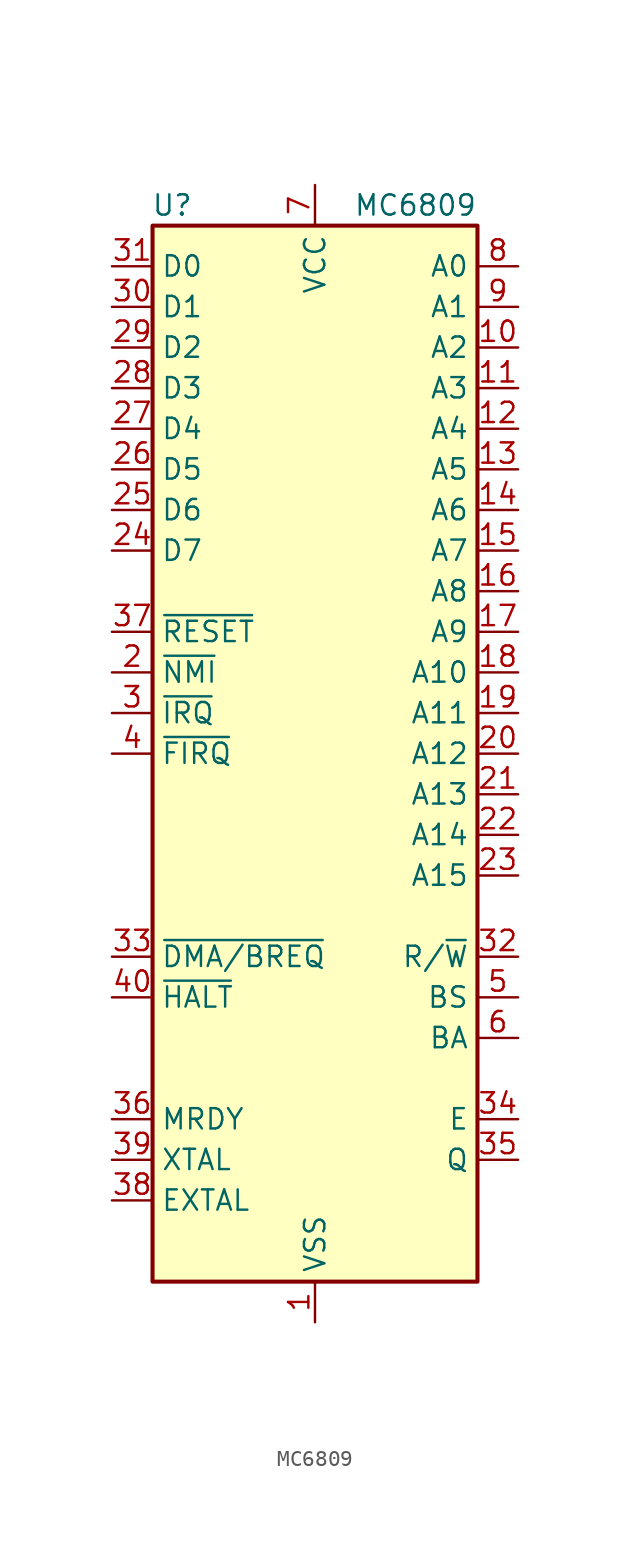
<source format=kicad_sym>
(kicad_symbol_lib
  (version 20201005)
  (generator kicad_symbol_editor)
  (symbol "CPU_NXP_6800:MC6809"
    (property "Reference" "U"
      (at -7.62 34.29 0)
      (effects (font (size 1.27 1.27)) (justify right)))
    (property "Value" "MC6809"
      (at 10.16 34.29 0)
      (effects (font (size 1.27 1.27)) (justify right)))
    (symbol "MC6809_0_1"
      (rectangle (start -10.16 -33.02) (end 10.16 33.02) (stroke (width 0.254)) (fill (type background))))
    (symbol "MC6809_1_1"
      (pin power_in line (at 0 -35.56 90) (length 2.54) (name "VSS" (effects (font (size 1.27 1.27)))) (number "1" (effects (font (size 1.27 1.27)))))
      (pin output line (at 12.7 25.4 180) (length 2.54) (name "A2" (effects (font (size 1.27 1.27)))) (number "10" (effects (font (size 1.27 1.27)))))
      (pin output line (at 12.7 22.86 180) (length 2.54) (name "A3" (effects (font (size 1.27 1.27)))) (number "11" (effects (font (size 1.27 1.27)))))
      (pin output line (at 12.7 20.32 180) (length 2.54) (name "A4" (effects (font (size 1.27 1.27)))) (number "12" (effects (font (size 1.27 1.27)))))
      (pin output line (at 12.7 17.78 180) (length 2.54) (name "A5" (effects (font (size 1.27 1.27)))) (number "13" (effects (font (size 1.27 1.27)))))
      (pin output line (at 12.7 15.24 180) (length 2.54) (name "A6" (effects (font (size 1.27 1.27)))) (number "14" (effects (font (size 1.27 1.27)))))
      (pin output line (at 12.7 12.7 180) (length 2.54) (name "A7" (effects (font (size 1.27 1.27)))) (number "15" (effects (font (size 1.27 1.27)))))
      (pin output line (at 12.7 10.16 180) (length 2.54) (name "A8" (effects (font (size 1.27 1.27)))) (number "16" (effects (font (size 1.27 1.27)))))
      (pin output line (at 12.7 7.62 180) (length 2.54) (name "A9" (effects (font (size 1.27 1.27)))) (number "17" (effects (font (size 1.27 1.27)))))
      (pin output line (at 12.7 5.08 180) (length 2.54) (name "A10" (effects (font (size 1.27 1.27)))) (number "18" (effects (font (size 1.27 1.27)))))
      (pin output line (at 12.7 2.54 180) (length 2.54) (name "A11" (effects (font (size 1.27 1.27)))) (number "19" (effects (font (size 1.27 1.27)))))
      (pin input line (at -12.7 5.08 0) (length 2.54) (name "~NMI" (effects (font (size 1.27 1.27)))) (number "2" (effects (font (size 1.27 1.27)))))
      (pin output line (at 12.7 0 180) (length 2.54) (name "A12" (effects (font (size 1.27 1.27)))) (number "20" (effects (font (size 1.27 1.27)))))
      (pin output line (at 12.7 -2.54 180) (length 2.54) (name "A13" (effects (font (size 1.27 1.27)))) (number "21" (effects (font (size 1.27 1.27)))))
      (pin output line (at 12.7 -5.08 180) (length 2.54) (name "A14" (effects (font (size 1.27 1.27)))) (number "22" (effects (font (size 1.27 1.27)))))
      (pin output line (at 12.7 -7.62 180) (length 2.54) (name "A15" (effects (font (size 1.27 1.27)))) (number "23" (effects (font (size 1.27 1.27)))))
      (pin bidirectional line (at -12.7 12.7 0) (length 2.54) (name "D7" (effects (font (size 1.27 1.27)))) (number "24" (effects (font (size 1.27 1.27)))))
      (pin bidirectional line (at -12.7 15.24 0) (length 2.54) (name "D6" (effects (font (size 1.27 1.27)))) (number "25" (effects (font (size 1.27 1.27)))))
      (pin bidirectional line (at -12.7 17.78 0) (length 2.54) (name "D5" (effects (font (size 1.27 1.27)))) (number "26" (effects (font (size 1.27 1.27)))))
      (pin bidirectional line (at -12.7 20.32 0) (length 2.54) (name "D4" (effects (font (size 1.27 1.27)))) (number "27" (effects (font (size 1.27 1.27)))))
      (pin bidirectional line (at -12.7 22.86 0) (length 2.54) (name "D3" (effects (font (size 1.27 1.27)))) (number "28" (effects (font (size 1.27 1.27)))))
      (pin bidirectional line (at -12.7 25.4 0) (length 2.54) (name "D2" (effects (font (size 1.27 1.27)))) (number "29" (effects (font (size 1.27 1.27)))))
      (pin input line (at -12.7 2.54 0) (length 2.54) (name "~IRQ" (effects (font (size 1.27 1.27)))) (number "3" (effects (font (size 1.27 1.27)))))
      (pin bidirectional line (at -12.7 27.94 0) (length 2.54) (name "D1" (effects (font (size 1.27 1.27)))) (number "30" (effects (font (size 1.27 1.27)))))
      (pin bidirectional line (at -12.7 30.48 0) (length 2.54) (name "D0" (effects (font (size 1.27 1.27)))) (number "31" (effects (font (size 1.27 1.27)))))
      (pin output line (at 12.7 -12.7 180) (length 2.54) (name "R/~W" (effects (font (size 1.27 1.27)))) (number "32" (effects (font (size 1.27 1.27)))))
      (pin input line (at -12.7 -12.7 0) (length 2.54) (name "~DMA/BREQ" (effects (font (size 1.27 1.27)))) (number "33" (effects (font (size 1.27 1.27)))))
      (pin output line (at 12.7 -22.86 180) (length 2.54) (name "E" (effects (font (size 1.27 1.27)))) (number "34" (effects (font (size 1.27 1.27)))))
      (pin output line (at 12.7 -25.4 180) (length 2.54) (name "Q" (effects (font (size 1.27 1.27)))) (number "35" (effects (font (size 1.27 1.27)))))
      (pin input line (at -12.7 -22.86 0) (length 2.54) (name "MRDY" (effects (font (size 1.27 1.27)))) (number "36" (effects (font (size 1.27 1.27)))))
      (pin input line (at -12.7 7.62 0) (length 2.54) (name "~RESET" (effects (font (size 1.27 1.27)))) (number "37" (effects (font (size 1.27 1.27)))))
      (pin input line (at -12.7 -27.94 0) (length 2.54) (name "EXTAL" (effects (font (size 1.27 1.27)))) (number "38" (effects (font (size 1.27 1.27)))))
      (pin input line (at -12.7 -25.4 0) (length 2.54) (name "XTAL" (effects (font (size 1.27 1.27)))) (number "39" (effects (font (size 1.27 1.27)))))
      (pin input line (at -12.7 0 0) (length 2.54) (name "~FIRQ" (effects (font (size 1.27 1.27)))) (number "4" (effects (font (size 1.27 1.27)))))
      (pin input line (at -12.7 -15.24 0) (length 2.54) (name "~HALT" (effects (font (size 1.27 1.27)))) (number "40" (effects (font (size 1.27 1.27)))))
      (pin output line (at 12.7 -15.24 180) (length 2.54) (name "BS" (effects (font (size 1.27 1.27)))) (number "5" (effects (font (size 1.27 1.27)))))
      (pin output line (at 12.7 -17.78 180) (length 2.54) (name "BA" (effects (font (size 1.27 1.27)))) (number "6" (effects (font (size 1.27 1.27)))))
      (pin power_in line (at 0 35.56 270) (length 2.54) (name "VCC" (effects (font (size 1.27 1.27)))) (number "7" (effects (font (size 1.27 1.27)))))
      (pin output line (at 12.7 30.48 180) (length 2.54) (name "A0" (effects (font (size 1.27 1.27)))) (number "8" (effects (font (size 1.27 1.27)))))
      (pin output line (at 12.7 27.94 180) (length 2.54) (name "A1" (effects (font (size 1.27 1.27)))) (number "9" (effects (font (size 1.27 1.27))))))))
</source>
